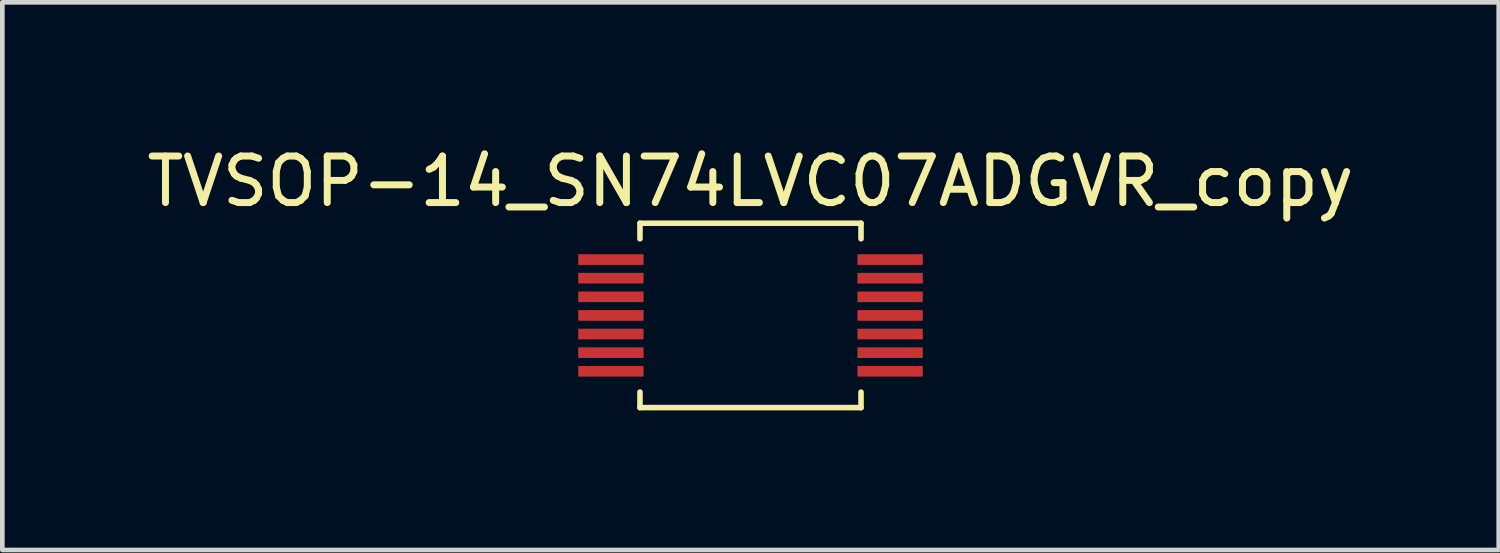
<source format=kicad_pcb>
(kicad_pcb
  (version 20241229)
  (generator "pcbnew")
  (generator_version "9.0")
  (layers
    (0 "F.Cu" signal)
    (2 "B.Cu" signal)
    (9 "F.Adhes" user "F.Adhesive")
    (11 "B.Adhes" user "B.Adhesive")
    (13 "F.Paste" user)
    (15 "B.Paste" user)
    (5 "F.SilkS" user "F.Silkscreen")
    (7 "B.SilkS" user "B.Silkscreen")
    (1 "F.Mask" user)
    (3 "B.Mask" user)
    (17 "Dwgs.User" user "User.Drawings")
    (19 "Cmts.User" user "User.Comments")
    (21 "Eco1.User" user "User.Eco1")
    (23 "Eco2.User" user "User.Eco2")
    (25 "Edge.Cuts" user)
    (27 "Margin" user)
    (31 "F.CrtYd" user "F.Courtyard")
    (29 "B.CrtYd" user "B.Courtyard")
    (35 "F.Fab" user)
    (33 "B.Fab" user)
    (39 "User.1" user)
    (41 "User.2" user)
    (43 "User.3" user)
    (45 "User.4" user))
  (footprint "TVSOP-14_SN74LVC07ADGVR_copy"
    (layer "F.Cu")
    (at 13.077 3.728)
    (property "Reference" "TVSOP-14_SN74LVC07ADGVR_copy" (at 0 -2.88 0) (layer "F.SilkS") (effects (font (size 1 1) (thickness 0.15))))
    (attr through_hole)
    (fp_line (start -2.375 -1.981) (end -2.375 -1.647) (stroke (width 0.12) (type solid)) (layer "F.SilkS"))
    (fp_line (start -2.375 1.647) (end -2.375 1.981) (stroke (width 0.12) (type solid)) (layer "F.SilkS"))
    (fp_line (start -2.375 1.981) (end 2.375 1.981) (stroke (width 0.12) (type solid)) (layer "F.SilkS"))
    (fp_line (start 2.375 -1.981) (end -2.375 -1.981) (stroke (width 0.12) (type solid)) (layer "F.SilkS"))
    (fp_line (start 2.375 -1.647) (end 2.375 -1.981) (stroke (width 0.12) (type solid)) (layer "F.SilkS"))
    (fp_line (start 2.375 1.981) (end 2.375 1.647) (stroke (width 0.12) (type solid)) (layer "F.SilkS"))
    (pad "1" smd rect (at -3 -1.2) (size 1.404 0.229) (layers "F.Cu" "F.Mask" "F.Paste"))
    (pad "2" smd rect (at -3 -0.8) (size 1.404 0.229) (layers "F.Cu" "F.Mask" "F.Paste"))
    (pad "3" smd rect (at -3 -0.4) (size 1.404 0.229) (layers "F.Cu" "F.Mask" "F.Paste"))
    (pad "4" smd rect (at -3 0) (size 1.404 0.229) (layers "F.Cu" "F.Mask" "F.Paste"))
    (pad "5" smd rect (at -3 0.4) (size 1.404 0.229) (layers "F.Cu" "F.Mask" "F.Paste"))
    (pad "6" smd rect (at -3 0.8) (size 1.404 0.229) (layers "F.Cu" "F.Mask" "F.Paste"))
    (pad "7" smd rect (at -3 1.2) (size 1.404 0.229) (layers "F.Cu" "F.Mask" "F.Paste"))
    (pad "8" smd rect (at 3 1.2) (size 1.404 0.229) (layers "F.Cu" "F.Mask" "F.Paste"))
    (pad "9" smd rect (at 3 0.8) (size 1.404 0.229) (layers "F.Cu" "F.Mask" "F.Paste"))
    (pad "10" smd rect (at 3 0.4) (size 1.404 0.229) (layers "F.Cu" "F.Mask" "F.Paste"))
    (pad "11" smd rect (at 3 0) (size 1.404 0.229) (layers "F.Cu" "F.Mask" "F.Paste"))
    (pad "12" smd rect (at 3 -0.4) (size 1.404 0.229) (layers "F.Cu" "F.Mask" "F.Paste"))
    (pad "13" smd rect (at 3 -0.8) (size 1.404 0.229) (layers "F.Cu" "F.Mask" "F.Paste"))
    (pad "14" smd rect (at 3 -1.2) (size 1.404 0.229) (layers "F.Cu" "F.Mask" "F.Paste")))
  (gr_rect
    (start -3 -3)
    (end 29.155 8.769)
    (stroke (width 0.1) (type default))
    (fill no)
    (layer "Edge.Cuts")))
</source>
